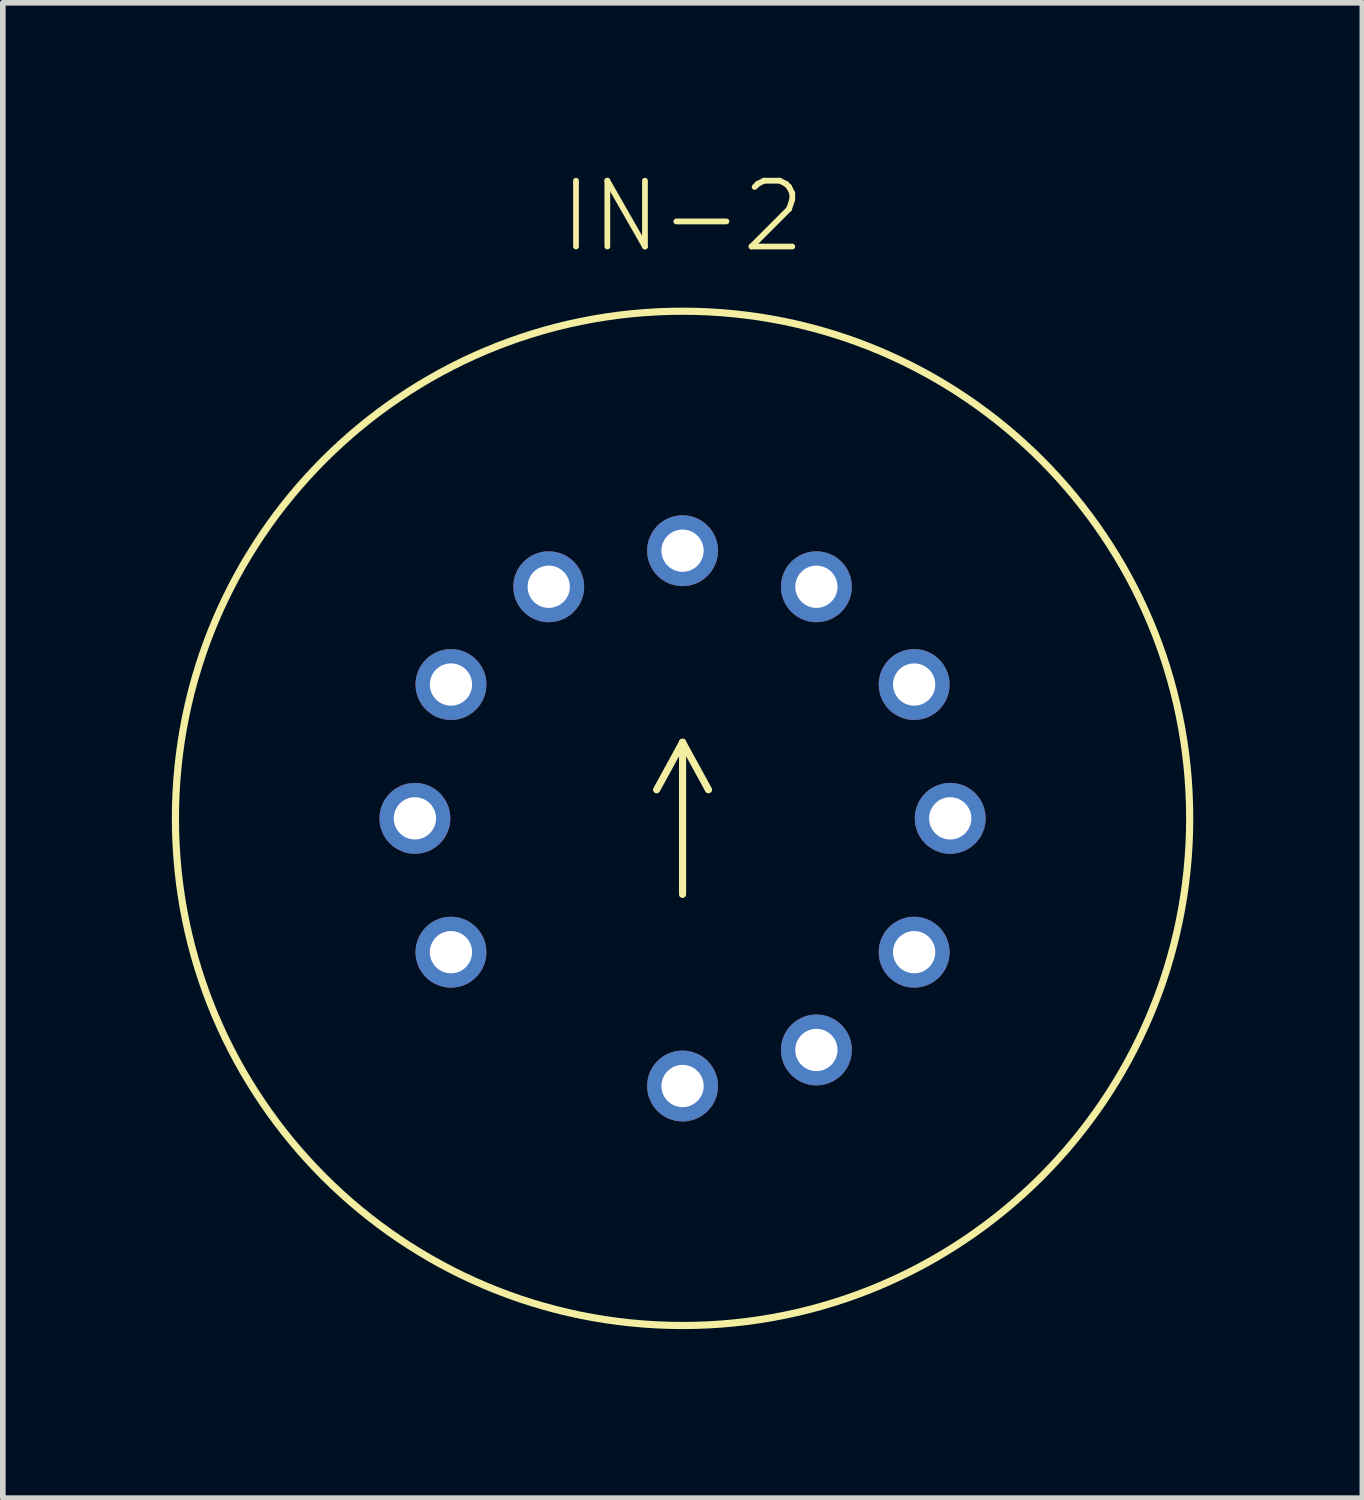
<source format=kicad_pcb>
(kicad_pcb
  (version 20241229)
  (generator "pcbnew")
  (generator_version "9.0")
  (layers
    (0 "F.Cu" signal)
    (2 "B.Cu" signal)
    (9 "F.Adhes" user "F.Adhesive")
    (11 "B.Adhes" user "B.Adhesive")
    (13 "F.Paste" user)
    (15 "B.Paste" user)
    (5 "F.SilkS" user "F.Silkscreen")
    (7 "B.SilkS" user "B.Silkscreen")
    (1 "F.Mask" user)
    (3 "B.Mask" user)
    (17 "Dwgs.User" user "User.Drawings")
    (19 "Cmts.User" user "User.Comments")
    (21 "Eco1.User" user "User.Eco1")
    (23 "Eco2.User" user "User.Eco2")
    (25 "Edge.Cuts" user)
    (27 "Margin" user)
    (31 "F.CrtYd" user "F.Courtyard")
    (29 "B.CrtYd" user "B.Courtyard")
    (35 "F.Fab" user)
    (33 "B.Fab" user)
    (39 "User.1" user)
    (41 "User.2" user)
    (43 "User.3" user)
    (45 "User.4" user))
  (footprint "IN-2"
    (layer "F.Cu")
    (at 9.063 11.473)
    (property "Reference" "IN-2" (at 0 -10 0) (layer "F.SilkS") (effects (font (size 1.168 1.168) (thickness 0.102)) (justify bottom)))
    (fp_line (start -0.46 -0.508) (end 0 -1.349) (stroke (width 0.127) (type solid)) (layer "F.SilkS"))
    (fp_line (start 0 1.349) (end 0 -1.349) (stroke (width 0.127) (type solid)) (layer "F.SilkS"))
    (fp_line (start 0.46 -0.508) (end 0 -1.349) (stroke (width 0.127) (type solid)) (layer "F.SilkS"))
    (fp_circle (center 0 0) (end 9 0) (stroke (width 0.127) (type solid)) (fill no) (layer "F.SilkS"))
    (pad "0" thru_hole circle (at -4.75 0) (size 1.258 1.258) (drill 0.75) (layers "*.Cu" "*.Mask"))
    (pad "1" thru_hole circle (at -4.11 -2.375) (size 1.258 1.258) (drill 0.75) (layers "*.Cu" "*.Mask"))
    (pad "2" thru_hole circle (at -2.375 -4.11) (size 1.258 1.258) (drill 0.75) (layers "*.Cu" "*.Mask"))
    (pad "3" thru_hole circle (at 0 -4.75) (size 1.258 1.258) (drill 0.75) (layers "*.Cu" "*.Mask"))
    (pad "4" thru_hole circle (at 2.375 -4.11) (size 1.258 1.258) (drill 0.75) (layers "*.Cu" "*.Mask"))
    (pad "5" thru_hole circle (at 4.11 -2.375) (size 1.258 1.258) (drill 0.75) (layers "*.Cu" "*.Mask"))
    (pad "6" thru_hole circle (at 4.75 0) (size 1.258 1.258) (drill 0.75) (layers "*.Cu" "*.Mask"))
    (pad "7" thru_hole circle (at 4.11 2.375) (size 1.258 1.258) (drill 0.75) (layers "*.Cu" "*.Mask"))
    (pad "8" thru_hole circle (at 2.375 4.11) (size 1.258 1.258) (drill 0.75) (layers "*.Cu" "*.Mask"))
    (pad "9" thru_hole circle (at 0 4.75) (size 1.258 1.258) (drill 0.75) (layers "*.Cu" "*.Mask"))
    (pad "A" thru_hole circle (at -4.11 2.375) (size 1.258 1.258) (drill 0.75) (layers "*.Cu" "*.Mask")))
  (gr_rect
    (start -3 -3)
    (end 21.127 23.537)
    (stroke (width 0.1) (type default))
    (fill no)
    (layer "Edge.Cuts")))
</source>
